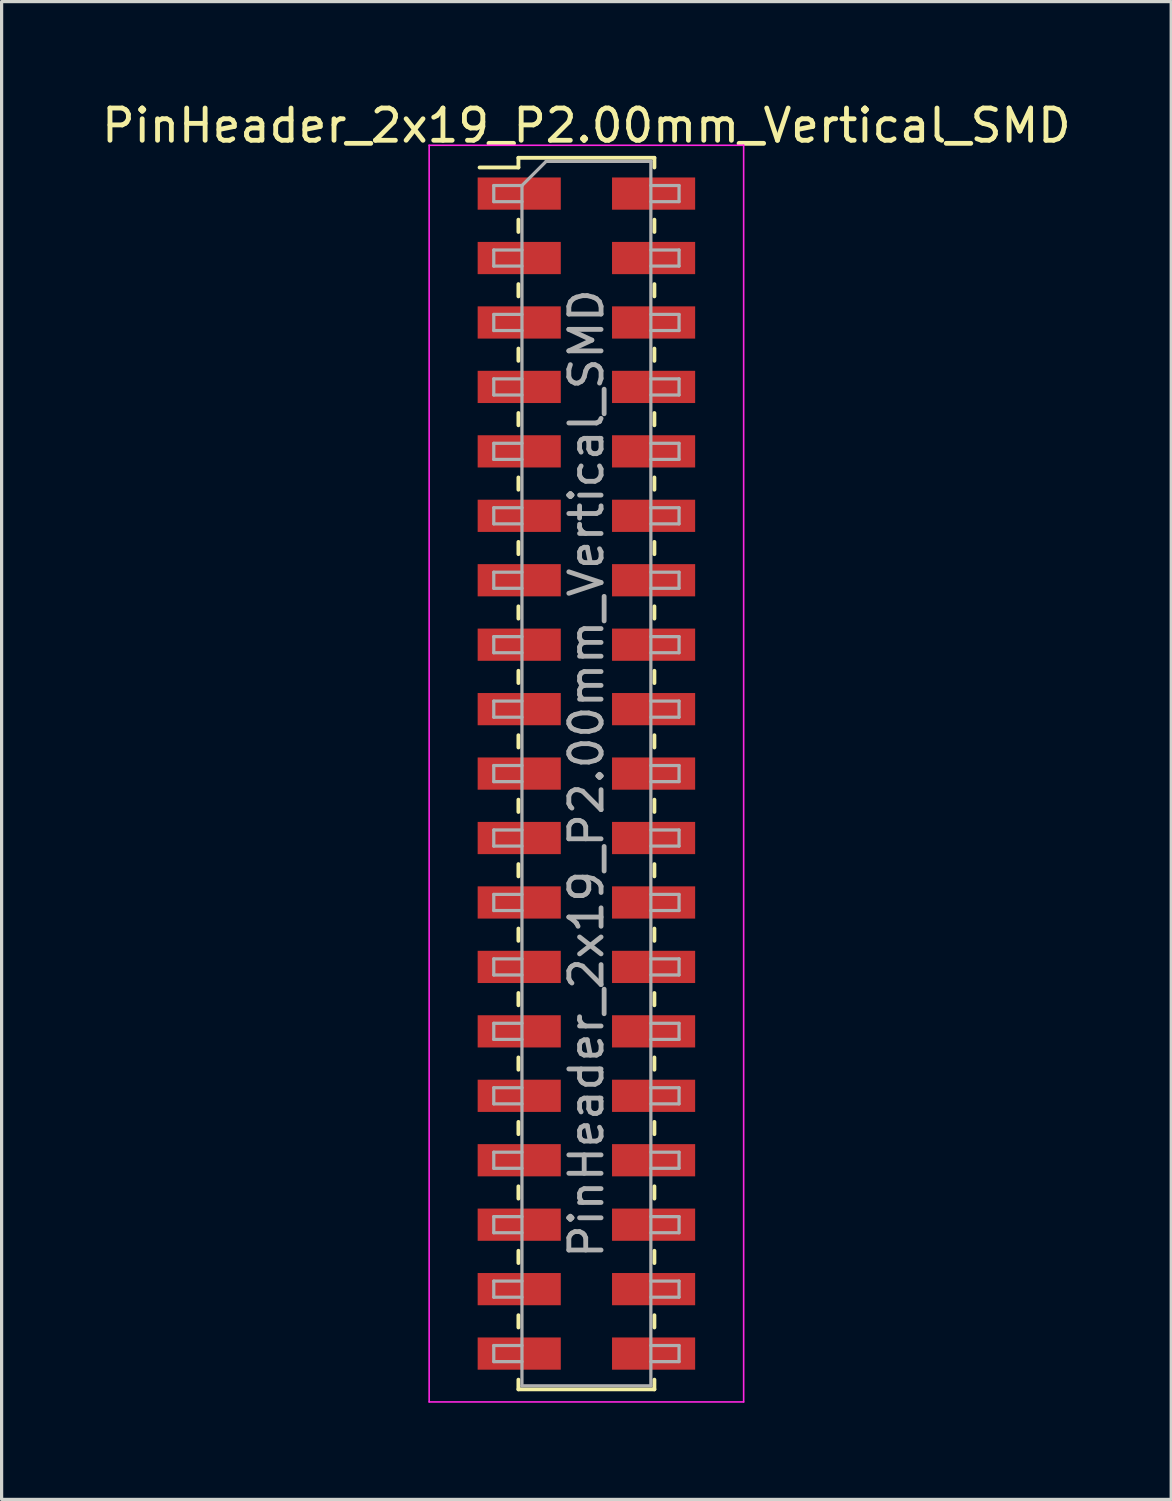
<source format=kicad_pcb>
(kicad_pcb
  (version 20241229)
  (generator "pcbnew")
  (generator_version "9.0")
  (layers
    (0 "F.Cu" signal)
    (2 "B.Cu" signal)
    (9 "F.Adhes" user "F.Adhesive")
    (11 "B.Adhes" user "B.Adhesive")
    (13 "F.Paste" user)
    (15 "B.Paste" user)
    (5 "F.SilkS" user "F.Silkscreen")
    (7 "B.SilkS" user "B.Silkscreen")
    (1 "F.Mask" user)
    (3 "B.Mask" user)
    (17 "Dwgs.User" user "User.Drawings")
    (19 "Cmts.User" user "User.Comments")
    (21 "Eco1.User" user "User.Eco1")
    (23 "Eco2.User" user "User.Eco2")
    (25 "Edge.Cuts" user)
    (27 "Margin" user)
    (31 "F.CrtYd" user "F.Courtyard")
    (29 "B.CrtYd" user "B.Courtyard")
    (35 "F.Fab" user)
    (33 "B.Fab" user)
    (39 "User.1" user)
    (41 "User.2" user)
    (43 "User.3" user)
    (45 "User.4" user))
  (footprint "PinHeader_2x19_P2.00mm_Vertical_SMD"
    (layer "F.Cu")
    (at 15.149 20.958)
    (property "Reference" "PinHeader_2x19_P2.00mm_Vertical_SMD" (at 0 -20.11 0) (layer "F.SilkS") (effects (font (size 1 1) (thickness 0.15))))
    (attr smd)
    (fp_line (start -3.315 -18.81) (end -2.11 -18.81) (stroke (width 0.12) (type solid)) (layer "F.SilkS"))
    (fp_line (start -2.11 -19.11) (end -2.11 -18.81) (stroke (width 0.12) (type solid)) (layer "F.SilkS"))
    (fp_line (start -2.11 -19.11) (end 2.11 -19.11) (stroke (width 0.12) (type solid)) (layer "F.SilkS"))
    (fp_line (start -2.11 -17.19) (end -2.11 -16.81) (stroke (width 0.12) (type solid)) (layer "F.SilkS"))
    (fp_line (start -2.11 -15.19) (end -2.11 -14.81) (stroke (width 0.12) (type solid)) (layer "F.SilkS"))
    (fp_line (start -2.11 -13.19) (end -2.11 -12.81) (stroke (width 0.12) (type solid)) (layer "F.SilkS"))
    (fp_line (start -2.11 -11.19) (end -2.11 -10.81) (stroke (width 0.12) (type solid)) (layer "F.SilkS"))
    (fp_line (start -2.11 -9.19) (end -2.11 -8.81) (stroke (width 0.12) (type solid)) (layer "F.SilkS"))
    (fp_line (start -2.11 -7.19) (end -2.11 -6.81) (stroke (width 0.12) (type solid)) (layer "F.SilkS"))
    (fp_line (start -2.11 -5.19) (end -2.11 -4.81) (stroke (width 0.12) (type solid)) (layer "F.SilkS"))
    (fp_line (start -2.11 -3.19) (end -2.11 -2.81) (stroke (width 0.12) (type solid)) (layer "F.SilkS"))
    (fp_line (start -2.11 -1.19) (end -2.11 -0.81) (stroke (width 0.12) (type solid)) (layer "F.SilkS"))
    (fp_line (start -2.11 0.81) (end -2.11 1.19) (stroke (width 0.12) (type solid)) (layer "F.SilkS"))
    (fp_line (start -2.11 2.81) (end -2.11 3.19) (stroke (width 0.12) (type solid)) (layer "F.SilkS"))
    (fp_line (start -2.11 4.81) (end -2.11 5.19) (stroke (width 0.12) (type solid)) (layer "F.SilkS"))
    (fp_line (start -2.11 6.81) (end -2.11 7.19) (stroke (width 0.12) (type solid)) (layer "F.SilkS"))
    (fp_line (start -2.11 8.81) (end -2.11 9.19) (stroke (width 0.12) (type solid)) (layer "F.SilkS"))
    (fp_line (start -2.11 10.81) (end -2.11 11.19) (stroke (width 0.12) (type solid)) (layer "F.SilkS"))
    (fp_line (start -2.11 12.81) (end -2.11 13.19) (stroke (width 0.12) (type solid)) (layer "F.SilkS"))
    (fp_line (start -2.11 14.81) (end -2.11 15.19) (stroke (width 0.12) (type solid)) (layer "F.SilkS"))
    (fp_line (start -2.11 16.81) (end -2.11 17.19) (stroke (width 0.12) (type solid)) (layer "F.SilkS"))
    (fp_line (start -2.11 18.81) (end -2.11 19.11) (stroke (width 0.12) (type solid)) (layer "F.SilkS"))
    (fp_line (start -2.11 19.11) (end 2.11 19.11) (stroke (width 0.12) (type solid)) (layer "F.SilkS"))
    (fp_line (start 2.11 -19.11) (end 2.11 -18.81) (stroke (width 0.12) (type solid)) (layer "F.SilkS"))
    (fp_line (start 2.11 -17.19) (end 2.11 -16.81) (stroke (width 0.12) (type solid)) (layer "F.SilkS"))
    (fp_line (start 2.11 -15.19) (end 2.11 -14.81) (stroke (width 0.12) (type solid)) (layer "F.SilkS"))
    (fp_line (start 2.11 -13.19) (end 2.11 -12.81) (stroke (width 0.12) (type solid)) (layer "F.SilkS"))
    (fp_line (start 2.11 -11.19) (end 2.11 -10.81) (stroke (width 0.12) (type solid)) (layer "F.SilkS"))
    (fp_line (start 2.11 -9.19) (end 2.11 -8.81) (stroke (width 0.12) (type solid)) (layer "F.SilkS"))
    (fp_line (start 2.11 -7.19) (end 2.11 -6.81) (stroke (width 0.12) (type solid)) (layer "F.SilkS"))
    (fp_line (start 2.11 -5.19) (end 2.11 -4.81) (stroke (width 0.12) (type solid)) (layer "F.SilkS"))
    (fp_line (start 2.11 -3.19) (end 2.11 -2.81) (stroke (width 0.12) (type solid)) (layer "F.SilkS"))
    (fp_line (start 2.11 -1.19) (end 2.11 -0.81) (stroke (width 0.12) (type solid)) (layer "F.SilkS"))
    (fp_line (start 2.11 0.81) (end 2.11 1.19) (stroke (width 0.12) (type solid)) (layer "F.SilkS"))
    (fp_line (start 2.11 2.81) (end 2.11 3.19) (stroke (width 0.12) (type solid)) (layer "F.SilkS"))
    (fp_line (start 2.11 4.81) (end 2.11 5.19) (stroke (width 0.12) (type solid)) (layer "F.SilkS"))
    (fp_line (start 2.11 6.81) (end 2.11 7.19) (stroke (width 0.12) (type solid)) (layer "F.SilkS"))
    (fp_line (start 2.11 8.81) (end 2.11 9.19) (stroke (width 0.12) (type solid)) (layer "F.SilkS"))
    (fp_line (start 2.11 10.81) (end 2.11 11.19) (stroke (width 0.12) (type solid)) (layer "F.SilkS"))
    (fp_line (start 2.11 12.81) (end 2.11 13.19) (stroke (width 0.12) (type solid)) (layer "F.SilkS"))
    (fp_line (start 2.11 14.81) (end 2.11 15.19) (stroke (width 0.12) (type solid)) (layer "F.SilkS"))
    (fp_line (start 2.11 16.81) (end 2.11 17.19) (stroke (width 0.12) (type solid)) (layer "F.SilkS"))
    (fp_line (start 2.11 18.81) (end 2.11 19.11) (stroke (width 0.12) (type solid)) (layer "F.SilkS"))
    (fp_line (start -4.88 -19.5) (end -4.88 19.5) (stroke (width 0.05) (type solid)) (layer "F.CrtYd"))
    (fp_line (start -4.88 19.5) (end 4.88 19.5) (stroke (width 0.05) (type solid)) (layer "F.CrtYd"))
    (fp_line (start 4.88 -19.5) (end -4.88 -19.5) (stroke (width 0.05) (type solid)) (layer "F.CrtYd"))
    (fp_line (start 4.88 19.5) (end 4.88 -19.5) (stroke (width 0.05) (type solid)) (layer "F.CrtYd"))
    (fp_line (start -2.875 -18.25) (end -2.875 -17.75) (stroke (width 0.1) (type solid)) (layer "F.Fab"))
    (fp_line (start -2.875 -17.75) (end -2 -17.75) (stroke (width 0.1) (type solid)) (layer "F.Fab"))
    (fp_line (start -2.875 -16.25) (end -2.875 -15.75) (stroke (width 0.1) (type solid)) (layer "F.Fab"))
    (fp_line (start -2.875 -15.75) (end -2 -15.75) (stroke (width 0.1) (type solid)) (layer "F.Fab"))
    (fp_line (start -2.875 -14.25) (end -2.875 -13.75) (stroke (width 0.1) (type solid)) (layer "F.Fab"))
    (fp_line (start -2.875 -13.75) (end -2 -13.75) (stroke (width 0.1) (type solid)) (layer "F.Fab"))
    (fp_line (start -2.875 -12.25) (end -2.875 -11.75) (stroke (width 0.1) (type solid)) (layer "F.Fab"))
    (fp_line (start -2.875 -11.75) (end -2 -11.75) (stroke (width 0.1) (type solid)) (layer "F.Fab"))
    (fp_line (start -2.875 -10.25) (end -2.875 -9.75) (stroke (width 0.1) (type solid)) (layer "F.Fab"))
    (fp_line (start -2.875 -9.75) (end -2 -9.75) (stroke (width 0.1) (type solid)) (layer "F.Fab"))
    (fp_line (start -2.875 -8.25) (end -2.875 -7.75) (stroke (width 0.1) (type solid)) (layer "F.Fab"))
    (fp_line (start -2.875 -7.75) (end -2 -7.75) (stroke (width 0.1) (type solid)) (layer "F.Fab"))
    (fp_line (start -2.875 -6.25) (end -2.875 -5.75) (stroke (width 0.1) (type solid)) (layer "F.Fab"))
    (fp_line (start -2.875 -5.75) (end -2 -5.75) (stroke (width 0.1) (type solid)) (layer "F.Fab"))
    (fp_line (start -2.875 -4.25) (end -2.875 -3.75) (stroke (width 0.1) (type solid)) (layer "F.Fab"))
    (fp_line (start -2.875 -3.75) (end -2 -3.75) (stroke (width 0.1) (type solid)) (layer "F.Fab"))
    (fp_line (start -2.875 -2.25) (end -2.875 -1.75) (stroke (width 0.1) (type solid)) (layer "F.Fab"))
    (fp_line (start -2.875 -1.75) (end -2 -1.75) (stroke (width 0.1) (type solid)) (layer "F.Fab"))
    (fp_line (start -2.875 -0.25) (end -2.875 0.25) (stroke (width 0.1) (type solid)) (layer "F.Fab"))
    (fp_line (start -2.875 0.25) (end -2 0.25) (stroke (width 0.1) (type solid)) (layer "F.Fab"))
    (fp_line (start -2.875 1.75) (end -2.875 2.25) (stroke (width 0.1) (type solid)) (layer "F.Fab"))
    (fp_line (start -2.875 2.25) (end -2 2.25) (stroke (width 0.1) (type solid)) (layer "F.Fab"))
    (fp_line (start -2.875 3.75) (end -2.875 4.25) (stroke (width 0.1) (type solid)) (layer "F.Fab"))
    (fp_line (start -2.875 4.25) (end -2 4.25) (stroke (width 0.1) (type solid)) (layer "F.Fab"))
    (fp_line (start -2.875 5.75) (end -2.875 6.25) (stroke (width 0.1) (type solid)) (layer "F.Fab"))
    (fp_line (start -2.875 6.25) (end -2 6.25) (stroke (width 0.1) (type solid)) (layer "F.Fab"))
    (fp_line (start -2.875 7.75) (end -2.875 8.25) (stroke (width 0.1) (type solid)) (layer "F.Fab"))
    (fp_line (start -2.875 8.25) (end -2 8.25) (stroke (width 0.1) (type solid)) (layer "F.Fab"))
    (fp_line (start -2.875 9.75) (end -2.875 10.25) (stroke (width 0.1) (type solid)) (layer "F.Fab"))
    (fp_line (start -2.875 10.25) (end -2 10.25) (stroke (width 0.1) (type solid)) (layer "F.Fab"))
    (fp_line (start -2.875 11.75) (end -2.875 12.25) (stroke (width 0.1) (type solid)) (layer "F.Fab"))
    (fp_line (start -2.875 12.25) (end -2 12.25) (stroke (width 0.1) (type solid)) (layer "F.Fab"))
    (fp_line (start -2.875 13.75) (end -2.875 14.25) (stroke (width 0.1) (type solid)) (layer "F.Fab"))
    (fp_line (start -2.875 14.25) (end -2 14.25) (stroke (width 0.1) (type solid)) (layer "F.Fab"))
    (fp_line (start -2.875 15.75) (end -2.875 16.25) (stroke (width 0.1) (type solid)) (layer "F.Fab"))
    (fp_line (start -2.875 16.25) (end -2 16.25) (stroke (width 0.1) (type solid)) (layer "F.Fab"))
    (fp_line (start -2.875 17.75) (end -2.875 18.25) (stroke (width 0.1) (type solid)) (layer "F.Fab"))
    (fp_line (start -2.875 18.25) (end -2 18.25) (stroke (width 0.1) (type solid)) (layer "F.Fab"))
    (fp_line (start -2 -18.25) (end -2.875 -18.25) (stroke (width 0.1) (type solid)) (layer "F.Fab"))
    (fp_line (start -2 -18.25) (end -1.25 -19) (stroke (width 0.1) (type solid)) (layer "F.Fab"))
    (fp_line (start -2 -16.25) (end -2.875 -16.25) (stroke (width 0.1) (type solid)) (layer "F.Fab"))
    (fp_line (start -2 -14.25) (end -2.875 -14.25) (stroke (width 0.1) (type solid)) (layer "F.Fab"))
    (fp_line (start -2 -12.25) (end -2.875 -12.25) (stroke (width 0.1) (type solid)) (layer "F.Fab"))
    (fp_line (start -2 -10.25) (end -2.875 -10.25) (stroke (width 0.1) (type solid)) (layer "F.Fab"))
    (fp_line (start -2 -8.25) (end -2.875 -8.25) (stroke (width 0.1) (type solid)) (layer "F.Fab"))
    (fp_line (start -2 -6.25) (end -2.875 -6.25) (stroke (width 0.1) (type solid)) (layer "F.Fab"))
    (fp_line (start -2 -4.25) (end -2.875 -4.25) (stroke (width 0.1) (type solid)) (layer "F.Fab"))
    (fp_line (start -2 -2.25) (end -2.875 -2.25) (stroke (width 0.1) (type solid)) (layer "F.Fab"))
    (fp_line (start -2 -0.25) (end -2.875 -0.25) (stroke (width 0.1) (type solid)) (layer "F.Fab"))
    (fp_line (start -2 1.75) (end -2.875 1.75) (stroke (width 0.1) (type solid)) (layer "F.Fab"))
    (fp_line (start -2 3.75) (end -2.875 3.75) (stroke (width 0.1) (type solid)) (layer "F.Fab"))
    (fp_line (start -2 5.75) (end -2.875 5.75) (stroke (width 0.1) (type solid)) (layer "F.Fab"))
    (fp_line (start -2 7.75) (end -2.875 7.75) (stroke (width 0.1) (type solid)) (layer "F.Fab"))
    (fp_line (start -2 9.75) (end -2.875 9.75) (stroke (width 0.1) (type solid)) (layer "F.Fab"))
    (fp_line (start -2 11.75) (end -2.875 11.75) (stroke (width 0.1) (type solid)) (layer "F.Fab"))
    (fp_line (start -2 13.75) (end -2.875 13.75) (stroke (width 0.1) (type solid)) (layer "F.Fab"))
    (fp_line (start -2 15.75) (end -2.875 15.75) (stroke (width 0.1) (type solid)) (layer "F.Fab"))
    (fp_line (start -2 17.75) (end -2.875 17.75) (stroke (width 0.1) (type solid)) (layer "F.Fab"))
    (fp_line (start -2 19) (end -2 -18.25) (stroke (width 0.1) (type solid)) (layer "F.Fab"))
    (fp_line (start -1.25 -19) (end 2 -19) (stroke (width 0.1) (type solid)) (layer "F.Fab"))
    (fp_line (start 2 -19) (end 2 19) (stroke (width 0.1) (type solid)) (layer "F.Fab"))
    (fp_line (start 2 -18.25) (end 2.875 -18.25) (stroke (width 0.1) (type solid)) (layer "F.Fab"))
    (fp_line (start 2 -16.25) (end 2.875 -16.25) (stroke (width 0.1) (type solid)) (layer "F.Fab"))
    (fp_line (start 2 -14.25) (end 2.875 -14.25) (stroke (width 0.1) (type solid)) (layer "F.Fab"))
    (fp_line (start 2 -12.25) (end 2.875 -12.25) (stroke (width 0.1) (type solid)) (layer "F.Fab"))
    (fp_line (start 2 -10.25) (end 2.875 -10.25) (stroke (width 0.1) (type solid)) (layer "F.Fab"))
    (fp_line (start 2 -8.25) (end 2.875 -8.25) (stroke (width 0.1) (type solid)) (layer "F.Fab"))
    (fp_line (start 2 -6.25) (end 2.875 -6.25) (stroke (width 0.1) (type solid)) (layer "F.Fab"))
    (fp_line (start 2 -4.25) (end 2.875 -4.25) (stroke (width 0.1) (type solid)) (layer "F.Fab"))
    (fp_line (start 2 -2.25) (end 2.875 -2.25) (stroke (width 0.1) (type solid)) (layer "F.Fab"))
    (fp_line (start 2 -0.25) (end 2.875 -0.25) (stroke (width 0.1) (type solid)) (layer "F.Fab"))
    (fp_line (start 2 1.75) (end 2.875 1.75) (stroke (width 0.1) (type solid)) (layer "F.Fab"))
    (fp_line (start 2 3.75) (end 2.875 3.75) (stroke (width 0.1) (type solid)) (layer "F.Fab"))
    (fp_line (start 2 5.75) (end 2.875 5.75) (stroke (width 0.1) (type solid)) (layer "F.Fab"))
    (fp_line (start 2 7.75) (end 2.875 7.75) (stroke (width 0.1) (type solid)) (layer "F.Fab"))
    (fp_line (start 2 9.75) (end 2.875 9.75) (stroke (width 0.1) (type solid)) (layer "F.Fab"))
    (fp_line (start 2 11.75) (end 2.875 11.75) (stroke (width 0.1) (type solid)) (layer "F.Fab"))
    (fp_line (start 2 13.75) (end 2.875 13.75) (stroke (width 0.1) (type solid)) (layer "F.Fab"))
    (fp_line (start 2 15.75) (end 2.875 15.75) (stroke (width 0.1) (type solid)) (layer "F.Fab"))
    (fp_line (start 2 17.75) (end 2.875 17.75) (stroke (width 0.1) (type solid)) (layer "F.Fab"))
    (fp_line (start 2 19) (end -2 19) (stroke (width 0.1) (type solid)) (layer "F.Fab"))
    (fp_line (start 2.875 -18.25) (end 2.875 -17.75) (stroke (width 0.1) (type solid)) (layer "F.Fab"))
    (fp_line (start 2.875 -17.75) (end 2 -17.75) (stroke (width 0.1) (type solid)) (layer "F.Fab"))
    (fp_line (start 2.875 -16.25) (end 2.875 -15.75) (stroke (width 0.1) (type solid)) (layer "F.Fab"))
    (fp_line (start 2.875 -15.75) (end 2 -15.75) (stroke (width 0.1) (type solid)) (layer "F.Fab"))
    (fp_line (start 2.875 -14.25) (end 2.875 -13.75) (stroke (width 0.1) (type solid)) (layer "F.Fab"))
    (fp_line (start 2.875 -13.75) (end 2 -13.75) (stroke (width 0.1) (type solid)) (layer "F.Fab"))
    (fp_line (start 2.875 -12.25) (end 2.875 -11.75) (stroke (width 0.1) (type solid)) (layer "F.Fab"))
    (fp_line (start 2.875 -11.75) (end 2 -11.75) (stroke (width 0.1) (type solid)) (layer "F.Fab"))
    (fp_line (start 2.875 -10.25) (end 2.875 -9.75) (stroke (width 0.1) (type solid)) (layer "F.Fab"))
    (fp_line (start 2.875 -9.75) (end 2 -9.75) (stroke (width 0.1) (type solid)) (layer "F.Fab"))
    (fp_line (start 2.875 -8.25) (end 2.875 -7.75) (stroke (width 0.1) (type solid)) (layer "F.Fab"))
    (fp_line (start 2.875 -7.75) (end 2 -7.75) (stroke (width 0.1) (type solid)) (layer "F.Fab"))
    (fp_line (start 2.875 -6.25) (end 2.875 -5.75) (stroke (width 0.1) (type solid)) (layer "F.Fab"))
    (fp_line (start 2.875 -5.75) (end 2 -5.75) (stroke (width 0.1) (type solid)) (layer "F.Fab"))
    (fp_line (start 2.875 -4.25) (end 2.875 -3.75) (stroke (width 0.1) (type solid)) (layer "F.Fab"))
    (fp_line (start 2.875 -3.75) (end 2 -3.75) (stroke (width 0.1) (type solid)) (layer "F.Fab"))
    (fp_line (start 2.875 -2.25) (end 2.875 -1.75) (stroke (width 0.1) (type solid)) (layer "F.Fab"))
    (fp_line (start 2.875 -1.75) (end 2 -1.75) (stroke (width 0.1) (type solid)) (layer "F.Fab"))
    (fp_line (start 2.875 -0.25) (end 2.875 0.25) (stroke (width 0.1) (type solid)) (layer "F.Fab"))
    (fp_line (start 2.875 0.25) (end 2 0.25) (stroke (width 0.1) (type solid)) (layer "F.Fab"))
    (fp_line (start 2.875 1.75) (end 2.875 2.25) (stroke (width 0.1) (type solid)) (layer "F.Fab"))
    (fp_line (start 2.875 2.25) (end 2 2.25) (stroke (width 0.1) (type solid)) (layer "F.Fab"))
    (fp_line (start 2.875 3.75) (end 2.875 4.25) (stroke (width 0.1) (type solid)) (layer "F.Fab"))
    (fp_line (start 2.875 4.25) (end 2 4.25) (stroke (width 0.1) (type solid)) (layer "F.Fab"))
    (fp_line (start 2.875 5.75) (end 2.875 6.25) (stroke (width 0.1) (type solid)) (layer "F.Fab"))
    (fp_line (start 2.875 6.25) (end 2 6.25) (stroke (width 0.1) (type solid)) (layer "F.Fab"))
    (fp_line (start 2.875 7.75) (end 2.875 8.25) (stroke (width 0.1) (type solid)) (layer "F.Fab"))
    (fp_line (start 2.875 8.25) (end 2 8.25) (stroke (width 0.1) (type solid)) (layer "F.Fab"))
    (fp_line (start 2.875 9.75) (end 2.875 10.25) (stroke (width 0.1) (type solid)) (layer "F.Fab"))
    (fp_line (start 2.875 10.25) (end 2 10.25) (stroke (width 0.1) (type solid)) (layer "F.Fab"))
    (fp_line (start 2.875 11.75) (end 2.875 12.25) (stroke (width 0.1) (type solid)) (layer "F.Fab"))
    (fp_line (start 2.875 12.25) (end 2 12.25) (stroke (width 0.1) (type solid)) (layer "F.Fab"))
    (fp_line (start 2.875 13.75) (end 2.875 14.25) (stroke (width 0.1) (type solid)) (layer "F.Fab"))
    (fp_line (start 2.875 14.25) (end 2 14.25) (stroke (width 0.1) (type solid)) (layer "F.Fab"))
    (fp_line (start 2.875 15.75) (end 2.875 16.25) (stroke (width 0.1) (type solid)) (layer "F.Fab"))
    (fp_line (start 2.875 16.25) (end 2 16.25) (stroke (width 0.1) (type solid)) (layer "F.Fab"))
    (fp_line (start 2.875 17.75) (end 2.875 18.25) (stroke (width 0.1) (type solid)) (layer "F.Fab"))
    (fp_line (start 2.875 18.25) (end 2 18.25) (stroke (width 0.1) (type solid)) (layer "F.Fab"))
    (fp_text user "${REFERENCE}" (at 0 0 90) (layer "F.Fab") (effects (font (size 1 1) (thickness 0.15))))
    (pad "1" smd rect (at -2.085 -18) (size 2.58 1) (layers "F.Cu" "F.Mask" "F.Paste"))
    (pad "2" smd rect (at 2.085 -18) (size 2.58 1) (layers "F.Cu" "F.Mask" "F.Paste"))
    (pad "3" smd rect (at -2.085 -16) (size 2.58 1) (layers "F.Cu" "F.Mask" "F.Paste"))
    (pad "4" smd rect (at 2.085 -16) (size 2.58 1) (layers "F.Cu" "F.Mask" "F.Paste"))
    (pad "5" smd rect (at -2.085 -14) (size 2.58 1) (layers "F.Cu" "F.Mask" "F.Paste"))
    (pad "6" smd rect (at 2.085 -14) (size 2.58 1) (layers "F.Cu" "F.Mask" "F.Paste"))
    (pad "7" smd rect (at -2.085 -12) (size 2.58 1) (layers "F.Cu" "F.Mask" "F.Paste"))
    (pad "8" smd rect (at 2.085 -12) (size 2.58 1) (layers "F.Cu" "F.Mask" "F.Paste"))
    (pad "9" smd rect (at -2.085 -10) (size 2.58 1) (layers "F.Cu" "F.Mask" "F.Paste"))
    (pad "10" smd rect (at 2.085 -10) (size 2.58 1) (layers "F.Cu" "F.Mask" "F.Paste"))
    (pad "11" smd rect (at -2.085 -8) (size 2.58 1) (layers "F.Cu" "F.Mask" "F.Paste"))
    (pad "12" smd rect (at 2.085 -8) (size 2.58 1) (layers "F.Cu" "F.Mask" "F.Paste"))
    (pad "13" smd rect (at -2.085 -6) (size 2.58 1) (layers "F.Cu" "F.Mask" "F.Paste"))
    (pad "14" smd rect (at 2.085 -6) (size 2.58 1) (layers "F.Cu" "F.Mask" "F.Paste"))
    (pad "15" smd rect (at -2.085 -4) (size 2.58 1) (layers "F.Cu" "F.Mask" "F.Paste"))
    (pad "16" smd rect (at 2.085 -4) (size 2.58 1) (layers "F.Cu" "F.Mask" "F.Paste"))
    (pad "17" smd rect (at -2.085 -2) (size 2.58 1) (layers "F.Cu" "F.Mask" "F.Paste"))
    (pad "18" smd rect (at 2.085 -2) (size 2.58 1) (layers "F.Cu" "F.Mask" "F.Paste"))
    (pad "19" smd rect (at -2.085 0) (size 2.58 1) (layers "F.Cu" "F.Mask" "F.Paste"))
    (pad "20" smd rect (at 2.085 0) (size 2.58 1) (layers "F.Cu" "F.Mask" "F.Paste"))
    (pad "21" smd rect (at -2.085 2) (size 2.58 1) (layers "F.Cu" "F.Mask" "F.Paste"))
    (pad "22" smd rect (at 2.085 2) (size 2.58 1) (layers "F.Cu" "F.Mask" "F.Paste"))
    (pad "23" smd rect (at -2.085 4) (size 2.58 1) (layers "F.Cu" "F.Mask" "F.Paste"))
    (pad "24" smd rect (at 2.085 4) (size 2.58 1) (layers "F.Cu" "F.Mask" "F.Paste"))
    (pad "25" smd rect (at -2.085 6) (size 2.58 1) (layers "F.Cu" "F.Mask" "F.Paste"))
    (pad "26" smd rect (at 2.085 6) (size 2.58 1) (layers "F.Cu" "F.Mask" "F.Paste"))
    (pad "27" smd rect (at -2.085 8) (size 2.58 1) (layers "F.Cu" "F.Mask" "F.Paste"))
    (pad "28" smd rect (at 2.085 8) (size 2.58 1) (layers "F.Cu" "F.Mask" "F.Paste"))
    (pad "29" smd rect (at -2.085 10) (size 2.58 1) (layers "F.Cu" "F.Mask" "F.Paste"))
    (pad "30" smd rect (at 2.085 10) (size 2.58 1) (layers "F.Cu" "F.Mask" "F.Paste"))
    (pad "31" smd rect (at -2.085 12) (size 2.58 1) (layers "F.Cu" "F.Mask" "F.Paste"))
    (pad "32" smd rect (at 2.085 12) (size 2.58 1) (layers "F.Cu" "F.Mask" "F.Paste"))
    (pad "33" smd rect (at -2.085 14) (size 2.58 1) (layers "F.Cu" "F.Mask" "F.Paste"))
    (pad "34" smd rect (at 2.085 14) (size 2.58 1) (layers "F.Cu" "F.Mask" "F.Paste"))
    (pad "35" smd rect (at -2.085 16) (size 2.58 1) (layers "F.Cu" "F.Mask" "F.Paste"))
    (pad "36" smd rect (at 2.085 16) (size 2.58 1) (layers "F.Cu" "F.Mask" "F.Paste"))
    (pad "37" smd rect (at -2.085 18) (size 2.58 1) (layers "F.Cu" "F.Mask" "F.Paste"))
    (pad "38" smd rect (at 2.085 18) (size 2.58 1) (layers "F.Cu" "F.Mask" "F.Paste")))
  (gr_rect
    (start -3 -3)
    (end 33.298 43.483)
    (stroke (width 0.1) (type default))
    (fill no)
    (layer "Edge.Cuts")))
</source>
